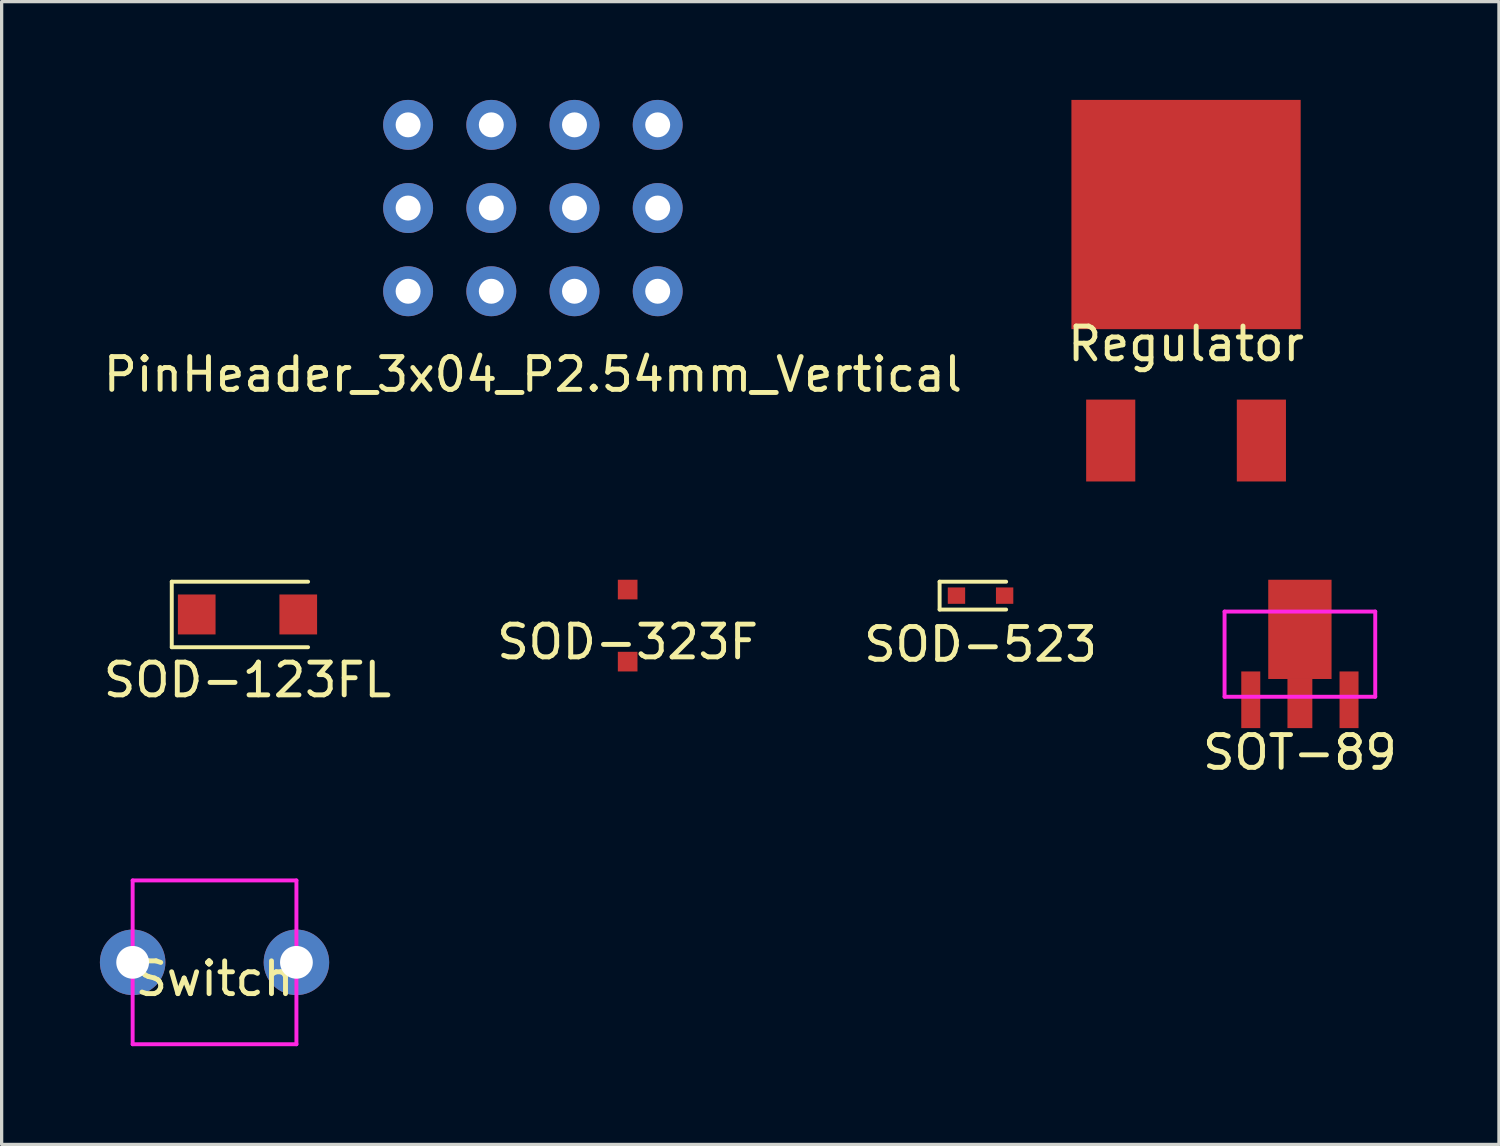
<source format=kicad_pcb>
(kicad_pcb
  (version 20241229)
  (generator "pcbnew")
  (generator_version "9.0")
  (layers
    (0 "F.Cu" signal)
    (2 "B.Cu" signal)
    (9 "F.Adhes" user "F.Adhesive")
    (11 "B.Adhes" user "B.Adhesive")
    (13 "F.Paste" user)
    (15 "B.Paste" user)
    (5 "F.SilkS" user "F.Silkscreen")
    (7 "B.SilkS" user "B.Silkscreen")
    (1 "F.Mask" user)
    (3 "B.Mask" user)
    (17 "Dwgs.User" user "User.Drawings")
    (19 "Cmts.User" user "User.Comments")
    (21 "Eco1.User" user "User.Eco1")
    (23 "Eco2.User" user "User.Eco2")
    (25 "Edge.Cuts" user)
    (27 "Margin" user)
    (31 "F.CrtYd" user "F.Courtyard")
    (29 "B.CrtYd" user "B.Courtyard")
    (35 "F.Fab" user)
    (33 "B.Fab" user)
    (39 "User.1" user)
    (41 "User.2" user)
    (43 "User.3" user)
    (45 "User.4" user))
  (footprint "SOT-89"
    (layer "F.Cu")
    (at 36.637 16.922)
    (property "Reference" "SOT-89" (at 0 3 0) (layer "F.SilkS") (effects (font (size 1 1) (thickness 0.15))))
    (attr smd)
    (fp_line (start -2.3 -1.3) (end -2.3 1.3) (stroke (width 0.12) (type solid)) (layer "F.CrtYd"))
    (fp_line (start -2.3 1.3) (end 2.3 1.3) (stroke (width 0.12) (type solid)) (layer "F.CrtYd"))
    (fp_line (start 2.3 -1.3) (end -2.3 -1.3) (stroke (width 0.12) (type solid)) (layer "F.CrtYd"))
    (fp_line (start 2.3 1.3) (end 2.3 -1.3) (stroke (width 0.12) (type solid)) (layer "F.CrtYd"))
    (pad "1" smd rect (at 1.5 1.393) (size 0.58 1.73) (layers "F.Cu" "F.Mask" "F.Paste"))
    (pad "2" smd rect (at 0 -0.757) (size 1.933 3.03) (layers "F.Cu" "F.Mask" "F.Paste"))
    (pad "2" smd rect (at 0 1.508) (size 0.76 1.5) (layers "F.Cu" "F.Mask" "F.Paste"))
    (pad "3" smd rect (at -1.5 1.393) (size 0.58 1.73) (layers "F.Cu" "F.Mask" "F.Paste")))
  (footprint "PinHeader_3x04_P2.54mm_Vertical"
    (layer "F.Cu")
    (at 13.22 3.302)
    (property "Reference" "PinHeader_3x04_P2.54mm_Vertical" (at 0 5.08 0) (layer "F.SilkS") (effects (font (size 1 1) (thickness 0.15))))
    (attr through_hole)
    (pad "1" thru_hole circle (at -3.81 -2.54) (size 1.524 1.524) (drill 0.762) (layers "*.Cu" "*.Mask"))
    (pad "2" thru_hole circle (at -1.27 -2.54) (size 1.524 1.524) (drill 0.762) (layers "*.Cu" "*.Mask"))
    (pad "3" thru_hole circle (at 1.27 -2.54) (size 1.524 1.524) (drill 0.762) (layers "*.Cu" "*.Mask"))
    (pad "4" thru_hole circle (at 3.81 -2.54) (size 1.524 1.524) (drill 0.762) (layers "*.Cu" "*.Mask"))
    (pad "5" thru_hole circle (at -3.81 0) (size 1.524 1.524) (drill 0.762) (layers "*.Cu" "*.Mask"))
    (pad "6" thru_hole circle (at -1.27 0) (size 1.524 1.524) (drill 0.762) (layers "*.Cu" "*.Mask"))
    (pad "7" thru_hole circle (at 1.27 0) (size 1.524 1.524) (drill 0.762) (layers "*.Cu" "*.Mask"))
    (pad "8" thru_hole circle (at 3.81 0) (size 1.524 1.524) (drill 0.762) (layers "*.Cu" "*.Mask"))
    (pad "9" thru_hole circle (at -3.81 2.54) (size 1.524 1.524) (drill 0.762) (layers "*.Cu" "*.Mask"))
    (pad "10" thru_hole circle (at -1.27 2.54) (size 1.524 1.524) (drill 0.762) (layers "*.Cu" "*.Mask"))
    (pad "11" thru_hole circle (at 1.27 2.54) (size 1.524 1.524) (drill 0.762) (layers "*.Cu" "*.Mask"))
    (pad "12" thru_hole circle (at 3.81 2.54) (size 1.524 1.524) (drill 0.762) (layers "*.Cu" "*.Mask")))
  (footprint "SOD-123FL"
    (layer "F.Cu")
    (at 4.506 15.71)
    (property "Reference" "SOD-123FL" (at 0 2 0) (layer "F.SilkS") (effects (font (size 1 1) (thickness 0.15))))
    (attr through_hole)
    (fp_line (start -2.312 -1) (end -2.312 1) (stroke (width 0.12) (type solid)) (layer "F.SilkS"))
    (fp_line (start -2.312 1) (end 1.85 1) (stroke (width 0.12) (type solid)) (layer "F.SilkS"))
    (fp_line (start 1.85 -1) (end -2.312 -1) (stroke (width 0.12) (type solid)) (layer "F.SilkS"))
    (pad "1" smd rect (at 1.55 0) (size 1.15 1.22) (layers "F.Cu" "F.Mask" "F.Paste"))
    (pad "2" smd rect (at -1.55 0) (size 1.15 1.22) (layers "F.Cu" "F.Mask" "F.Paste")))
  (footprint "Switch"
    (layer "F.Cu")
    (at 3.5 26.331)
    (property "Reference" "Switch" (at 0 0.5 0) (layer "F.SilkS") (effects (font (size 1 1) (thickness 0.15))))
    (attr through_hole)
    (fp_line (start -2.5 -2.5) (end 2.5 -2.5) (stroke (width 0.12) (type solid)) (layer "F.CrtYd"))
    (fp_line (start -2.5 0) (end -2.5 -2.5) (stroke (width 0.12) (type solid)) (layer "F.CrtYd"))
    (fp_line (start -2.5 2.5) (end -2.5 0) (stroke (width 0.12) (type solid)) (layer "F.CrtYd"))
    (fp_line (start 2.5 -2.5) (end 2.5 2.5) (stroke (width 0.12) (type solid)) (layer "F.CrtYd"))
    (fp_line (start 2.5 2.5) (end -2.5 2.5) (stroke (width 0.12) (type solid)) (layer "F.CrtYd"))
    (pad "1" thru_hole circle (at -2.5 0) (size 2 2) (drill 1) (layers "*.Cu" "*.Mask"))
    (pad "2" thru_hole circle (at 2.5 0) (size 2 2) (drill 1) (layers "*.Cu" "*.Mask")))
  (footprint "Regulator"
    (layer "F.Cu")
    (at 33.161 6.95)
    (property "Reference" "Regulator" (at 0 0.5 0) (layer "F.SilkS") (effects (font (size 1 1) (thickness 0.15))))
    (attr through_hole)
    (pad "1" smd rect (at -2.3 3.45) (size 1.5 2.5) (layers "F.Cu" "F.Mask" "F.Paste"))
    (pad "2" smd rect (at 0 -3.45) (size 7 7) (layers "F.Cu" "F.Mask" "F.Paste"))
    (pad "3" smd rect (at 2.3 3.45) (size 1.5 2.5) (layers "F.Cu" "F.Mask" "F.Paste")))
  (footprint "SOD-523"
    (layer "F.Cu")
    (at 26.887 15.135)
    (property "Reference" "SOD-523" (at 0 1.488 0) (layer "F.SilkS") (effects (font (size 1 1) (thickness 0.15))))
    (attr smd)
    (fp_line (start -1.25 -0.425) (end -1.25 0.425) (stroke (width 0.12) (type solid)) (layer "F.SilkS"))
    (fp_line (start -1.25 0.425) (end 0.781 0.425) (stroke (width 0.12) (type solid)) (layer "F.SilkS"))
    (fp_line (start 0.781 -0.425) (end -1.25 -0.425) (stroke (width 0.12) (type solid)) (layer "F.SilkS"))
    (pad "1" smd rect (at 0.735 0) (size 0.53 0.5) (layers "F.Cu" "F.Mask" "F.Paste"))
    (pad "2" smd rect (at -0.735 0) (size 0.53 0.5) (layers "F.Cu" "F.Mask" "F.Paste")))
  (footprint "SOD-323F"
    (layer "F.Cu")
    (at 16.113 16.05)
    (property "Reference" "SOD-323F" (at 0 0.5 0) (layer "F.SilkS") (effects (font (size 1 1) (thickness 0.15))))
    (attr smd)
    (pad "1" smd rect (at 0 -1.1) (size 0.6 0.6) (layers "F.Cu" "F.Mask" "F.Paste"))
    (pad "2" smd rect (at 0 1.1) (size 0.6 0.6) (layers "F.Cu" "F.Mask" "F.Paste")))
  (gr_rect
    (start -3 -3)
    (end 42.714 31.891)
    (stroke (width 0.1) (type default))
    (fill no)
    (layer "Edge.Cuts")))
</source>
